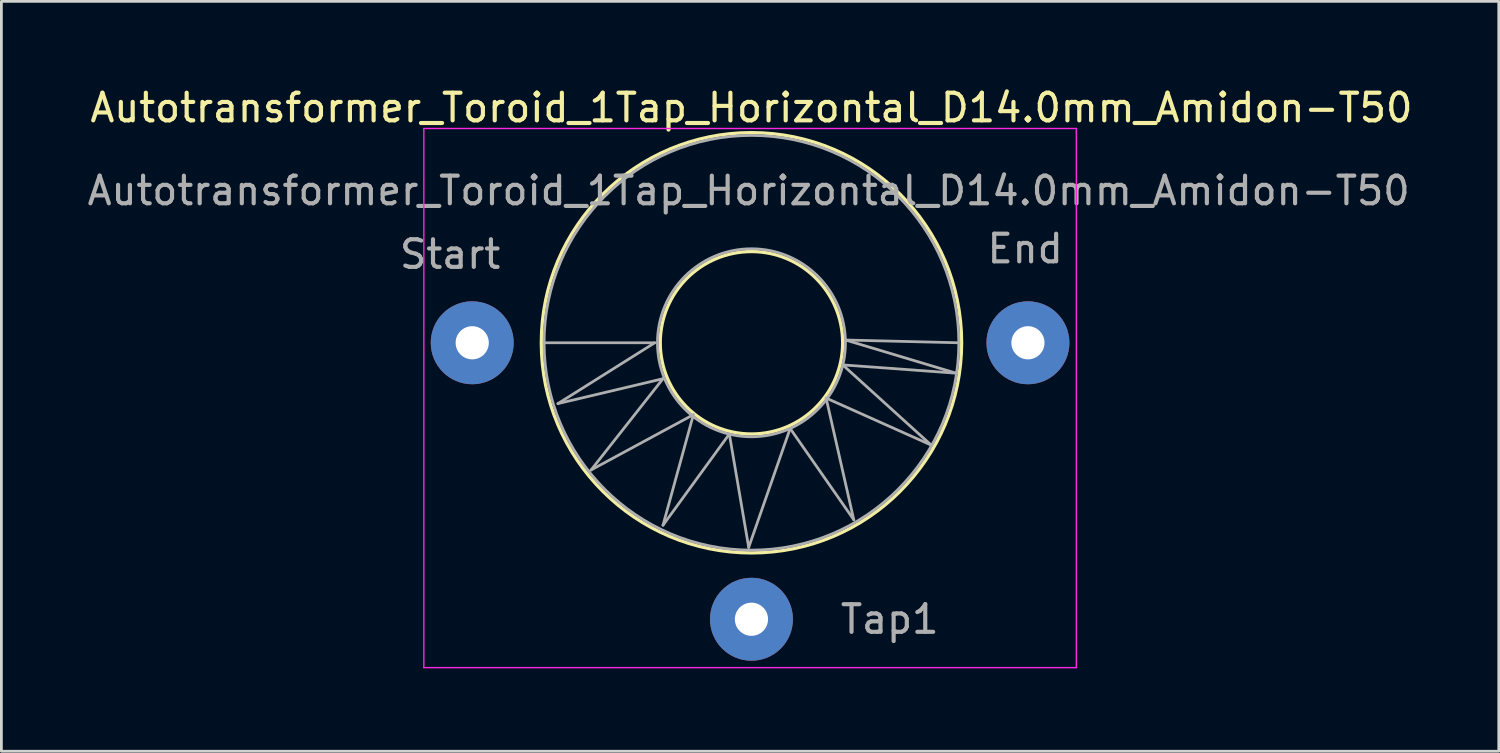
<source format=kicad_pcb>
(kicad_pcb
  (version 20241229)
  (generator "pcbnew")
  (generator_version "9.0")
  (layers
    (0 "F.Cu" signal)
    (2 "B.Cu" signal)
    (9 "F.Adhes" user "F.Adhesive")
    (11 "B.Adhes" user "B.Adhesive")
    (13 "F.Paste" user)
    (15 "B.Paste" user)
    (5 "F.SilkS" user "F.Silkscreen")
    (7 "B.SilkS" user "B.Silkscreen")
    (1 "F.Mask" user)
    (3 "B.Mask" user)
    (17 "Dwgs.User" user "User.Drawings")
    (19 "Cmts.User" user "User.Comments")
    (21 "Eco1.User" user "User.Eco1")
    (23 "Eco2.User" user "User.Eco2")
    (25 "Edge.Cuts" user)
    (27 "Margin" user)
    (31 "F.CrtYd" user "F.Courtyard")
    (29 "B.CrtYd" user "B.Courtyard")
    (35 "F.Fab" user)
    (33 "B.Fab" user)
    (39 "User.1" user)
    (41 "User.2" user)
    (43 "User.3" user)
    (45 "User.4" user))
  (footprint "Autotransformer_Toroid_1Tap_Horizontal_D14.0mm_Amidon-T50"
    (layer "F.Cu")
    (at 14.03 9.348)
    (property "Reference" "Autotransformer_Toroid_1Tap_Horizontal_D14.0mm_Amidon-T50" (at 10.1 -8.5 0) (layer "F.SilkS") (effects (font (size 1 1) (thickness 0.15))))
    (attr through_hole)
    (fp_circle (center 10.1 0) (end 13.4 0) (stroke (width 0.12) (type solid)) (fill no) (layer "F.SilkS"))
    (fp_circle (center 10.1 0) (end 17.7 0) (stroke (width 0.12) (type solid)) (fill no) (layer "F.SilkS"))
    (fp_line (start -1.75 -7.75) (end -1.75 11.75) (stroke (width 0.05) (type solid)) (layer "F.CrtYd"))
    (fp_line (start -1.75 -7.75) (end 21.85 -7.75) (stroke (width 0.05) (type solid)) (layer "F.CrtYd"))
    (fp_line (start 21.85 11.75) (end -1.75 11.75) (stroke (width 0.05) (type solid)) (layer "F.CrtYd"))
    (fp_line (start 21.85 11.75) (end 21.85 -7.75) (stroke (width 0.05) (type solid)) (layer "F.CrtYd"))
    (fp_line (start 2.6 0) (end 6.6 0) (stroke (width 0.1) (type solid)) (layer "F.Fab"))
    (fp_line (start 3.1 2.2) (end 6.9 1.3) (stroke (width 0.1) (type solid)) (layer "F.Fab"))
    (fp_line (start 4.3 4.6) (end 8 2.6) (stroke (width 0.1) (type solid)) (layer "F.Fab"))
    (fp_line (start 6.6 0) (end 3.1 2.2) (stroke (width 0.1) (type solid)) (layer "F.Fab"))
    (fp_line (start 6.9 1.3) (end 4.3 4.6) (stroke (width 0.1) (type solid)) (layer "F.Fab"))
    (fp_line (start 6.9 6.6) (end 9.3 3.3) (stroke (width 0.1) (type solid)) (layer "F.Fab"))
    (fp_line (start 8 2.6) (end 6.9 6.6) (stroke (width 0.1) (type solid)) (layer "F.Fab"))
    (fp_line (start 9.3 3.3) (end 10 7.4) (stroke (width 0.1) (type solid)) (layer "F.Fab"))
    (fp_line (start 10 7.4) (end 11.5 3.1) (stroke (width 0.1) (type solid)) (layer "F.Fab"))
    (fp_line (start 11.5 3.1) (end 13.8 6.4) (stroke (width 0.1) (type solid)) (layer "F.Fab"))
    (fp_line (start 12.8 2) (end 16.6 3.7) (stroke (width 0.1) (type solid)) (layer "F.Fab"))
    (fp_line (start 13.4 0.8) (end 17.5 1.1) (stroke (width 0.1) (type solid)) (layer "F.Fab"))
    (fp_line (start 13.5 -0.1) (end 17.6 0) (stroke (width 0.1) (type solid)) (layer "F.Fab"))
    (fp_line (start 13.8 6.4) (end 12.8 2) (stroke (width 0.1) (type solid)) (layer "F.Fab"))
    (fp_line (start 16.6 3.7) (end 13.4 0.8) (stroke (width 0.1) (type solid)) (layer "F.Fab"))
    (fp_line (start 17.5 1.1) (end 13.5 -0.1) (stroke (width 0.1) (type solid)) (layer "F.Fab"))
    (fp_circle (center 10.1 0) (end 13.5 0) (stroke (width 0.1) (type solid)) (fill no) (layer "F.Fab"))
    (fp_circle (center 10.1 0) (end 17.6 0) (stroke (width 0.1) (type solid)) (fill no) (layer "F.Fab"))
    (fp_text user "End" (at 20 -3.4 0) (layer "F.Fab") (effects (font (size 1 1) (thickness 0.15))))
    (fp_text user "${REFERENCE}" (at 10 -5.5 0) (layer "F.Fab") (effects (font (size 1 1) (thickness 0.15))))
    (fp_text user "Tap1" (at 15.1 10 0) (layer "F.Fab") (effects (font (size 1 1) (thickness 0.15))))
    (fp_text user "Start" (at -0.8 -3.2 0) (layer "F.Fab") (effects (font (size 1 1) (thickness 0.15))))
    (pad "1" thru_hole circle (at 0 0) (size 3 3) (drill 1.2) (layers "*.Cu" "*.Mask"))
    (pad "2" thru_hole circle (at 10.1 10) (size 3 3) (drill 1.2) (layers "*.Cu" "*.Mask"))
    (pad "3" thru_hole circle (at 20.1 0) (size 3 3) (drill 1.2) (layers "*.Cu" "*.Mask")))
  (gr_rect
    (start -3 -3)
    (end 51.16 24.123)
    (stroke (width 0.1) (type default))
    (fill no)
    (layer "Edge.Cuts")))
</source>
